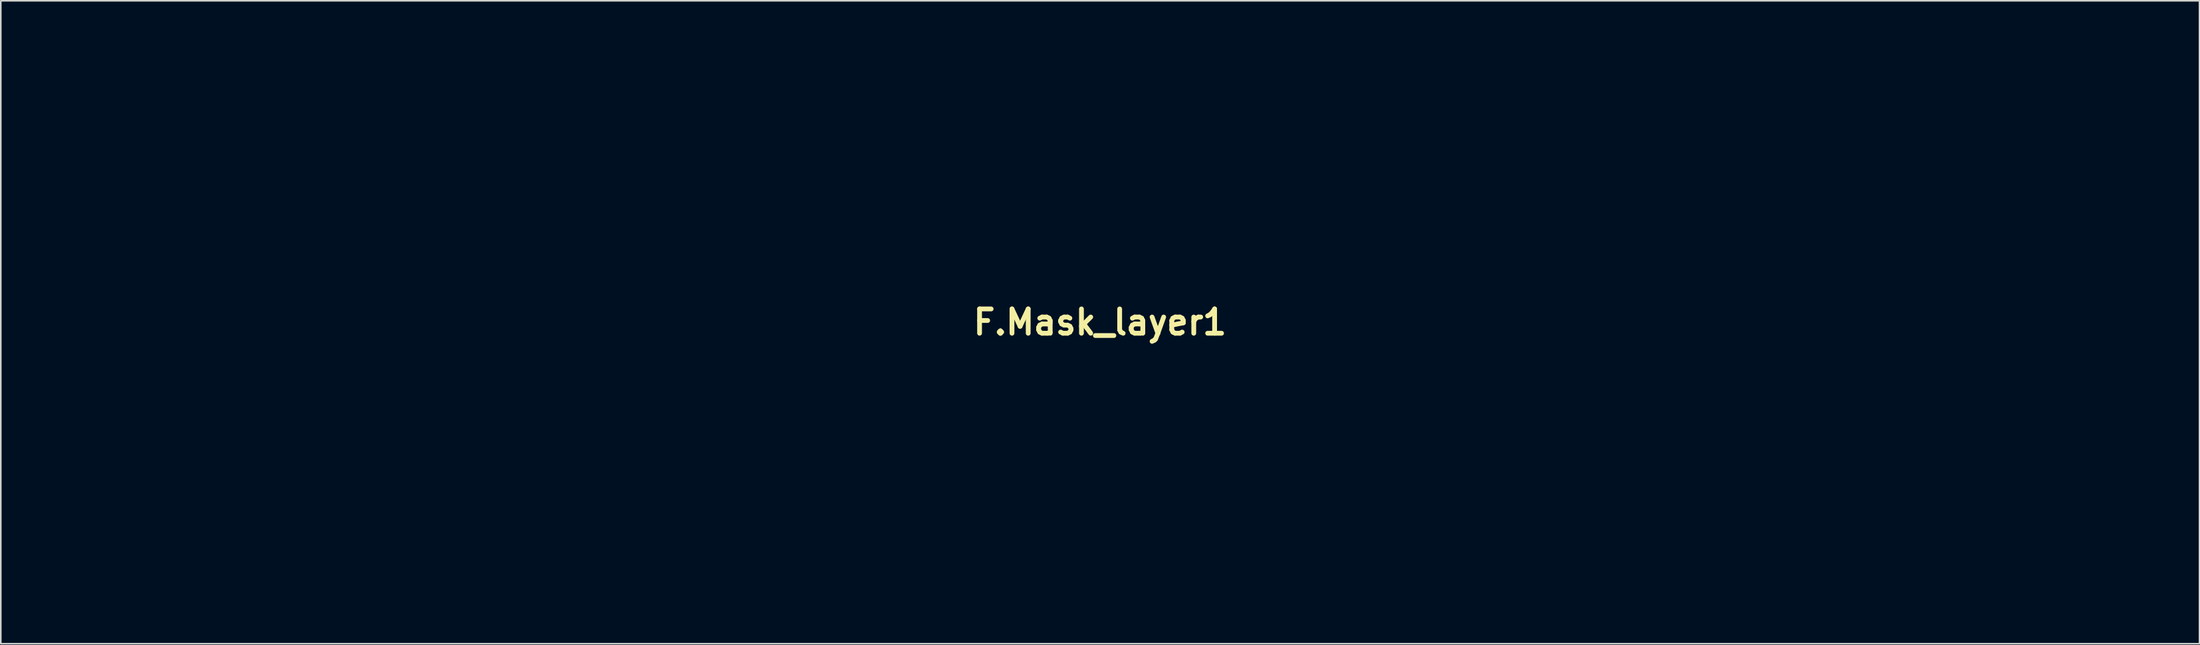
<source format=kicad_pcb>
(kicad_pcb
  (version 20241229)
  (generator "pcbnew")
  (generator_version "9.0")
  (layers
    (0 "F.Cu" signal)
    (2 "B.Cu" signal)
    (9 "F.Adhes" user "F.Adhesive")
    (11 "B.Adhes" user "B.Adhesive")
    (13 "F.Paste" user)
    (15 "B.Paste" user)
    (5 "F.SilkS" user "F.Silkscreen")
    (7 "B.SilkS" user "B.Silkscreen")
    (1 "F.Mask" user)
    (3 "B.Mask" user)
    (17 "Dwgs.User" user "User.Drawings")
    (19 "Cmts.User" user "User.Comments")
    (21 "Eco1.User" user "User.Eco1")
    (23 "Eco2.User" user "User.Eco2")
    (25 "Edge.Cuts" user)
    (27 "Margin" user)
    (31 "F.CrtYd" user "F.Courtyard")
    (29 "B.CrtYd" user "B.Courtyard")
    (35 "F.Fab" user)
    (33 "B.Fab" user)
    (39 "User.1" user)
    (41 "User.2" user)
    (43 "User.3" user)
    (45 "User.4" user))
  (footprint "F.Mask_layer1"
    (layer "F.Cu")
    (at 65.897 17.16)
    (property "Reference" "F.Mask_layer1" (at 0 0 0) (layer "F.SilkS") (effects (font (size 1.524 1.524) (thickness 0.3))))
    (attr through_hole)
    (fp_poly (pts (xy -35.473 -14.08) (xy -35.274 -14.052) (xy -35.153 -14.026) (xy -34.863 -13.93) (xy -34.592 -13.797) (xy -34.343 -13.631) (xy -34.118 -13.436) (xy -33.92 -13.212) (xy -33.752 -12.965) (xy -33.617 -12.696) (xy -33.517 -12.408) (xy -33.475 -12.229) (xy -33.458 -12.098) (xy -33.448 -11.94) (xy -33.445 -11.77) (xy -33.451 -11.603) (xy -33.463 -11.454) (xy -33.473 -11.388) (xy -33.547 -11.092) (xy -33.658 -10.813) (xy -33.804 -10.554) (xy -33.98 -10.317) (xy -34.185 -10.104) (xy -34.416 -9.92) (xy -34.67 -9.766) (xy -34.944 -9.644) (xy -35.235 -9.559) (xy -35.428 -9.524) (xy -35.599 -9.51) (xy -35.788 -9.508) (xy -35.979 -9.519) (xy -36.156 -9.541) (xy -36.259 -9.562) (xy -36.417 -9.601) (xy -37.507 -7.468) (xy -38.597 -5.335) (xy -46.08 -5.336) (xy -46.748 -5.336) (xy -47.376 -5.336) (xy -47.963 -5.336) (xy -48.513 -5.336) (xy -49.025 -5.336) (xy -49.501 -5.336) (xy -49.944 -5.336) (xy -50.353 -5.337) (xy -50.73 -5.337) (xy -51.077 -5.337) (xy -51.394 -5.338) (xy -51.684 -5.338) (xy -51.947 -5.339) (xy -52.185 -5.34) (xy -52.4 -5.34) (xy -52.591 -5.341) (xy -52.762 -5.342) (xy -52.912 -5.344) (xy -53.044 -5.345) (xy -53.159 -5.346) (xy -53.258 -5.348) (xy -53.342 -5.35) (xy -53.413 -5.352) (xy -53.472 -5.354) (xy -53.52 -5.356) (xy -53.559 -5.358) (xy -53.589 -5.361) (xy -53.613 -5.364) (xy -53.632 -5.367) (xy -53.647 -5.37) (xy -53.659 -5.374) (xy -53.669 -5.377) (xy -53.672 -5.379) (xy -53.806 -5.451) (xy -53.927 -5.556) (xy -54.028 -5.687) (xy -54.064 -5.753) (xy -54.098 -5.827) (xy -54.119 -5.887) (xy -54.13 -5.951) (xy -54.133 -6.033) (xy -54.134 -6.085) (xy -54.132 -6.183) (xy -54.126 -6.253) (xy -54.11 -6.314) (xy -54.083 -6.379) (xy -54.064 -6.418) (xy -53.966 -6.57) (xy -53.837 -6.695) (xy -53.704 -6.777) (xy -53.605 -6.826) (xy -46.575 -6.832) (xy -39.545 -6.837) (xy -38.882 -8.133) (xy -38.761 -8.37) (xy -38.639 -8.609) (xy -38.517 -8.847) (xy -38.399 -9.078) (xy -38.287 -9.297) (xy -38.183 -9.499) (xy -38.091 -9.68) (xy -38.012 -9.833) (xy -37.949 -9.955) (xy -37.94 -9.973) (xy -37.661 -10.516) (xy -37.785 -10.767) (xy -37.853 -10.914) (xy -37.913 -11.066) (xy -37.959 -11.203) (xy -37.966 -11.229) (xy -37.987 -11.313) (xy -38.003 -11.387) (xy -38.013 -11.461) (xy -38.019 -11.545) (xy -38.021 -11.65) (xy -38.022 -11.785) (xy -38.022 -11.8) (xy -36.502 -11.8) (xy -36.5 -11.699) (xy -36.492 -11.624) (xy -36.475 -11.56) (xy -36.447 -11.493) (xy -36.447 -11.493) (xy -36.359 -11.341) (xy -36.248 -11.221) (xy -36.108 -11.125) (xy -36.007 -11.076) (xy -35.874 -11.04) (xy -35.724 -11.03) (xy -35.571 -11.046) (xy -35.432 -11.088) (xy -35.411 -11.098) (xy -35.26 -11.191) (xy -35.14 -11.307) (xy -35.051 -11.442) (xy -34.993 -11.589) (xy -34.966 -11.744) (xy -34.97 -11.901) (xy -35.006 -12.054) (xy -35.072 -12.199) (xy -35.169 -12.329) (xy -35.298 -12.44) (xy -35.402 -12.501) (xy -35.466 -12.53) (xy -35.521 -12.548) (xy -35.582 -12.558) (xy -35.661 -12.562) (xy -35.74 -12.562) (xy -35.842 -12.561) (xy -35.914 -12.556) (xy -35.971 -12.544) (xy -36.026 -12.524) (xy -36.074 -12.5) (xy -36.208 -12.412) (xy -36.329 -12.292) (xy -36.424 -12.154) (xy -36.445 -12.112) (xy -36.474 -12.044) (xy -36.491 -11.981) (xy -36.5 -11.907) (xy -36.502 -11.808) (xy -36.502 -11.8) (xy -38.022 -11.8) (xy -38.022 -11.94) (xy -38.019 -12.047) (xy -38.013 -12.132) (xy -38.004 -12.206) (xy -37.989 -12.279) (xy -37.969 -12.361) (xy -37.967 -12.367) (xy -37.867 -12.665) (xy -37.732 -12.941) (xy -37.564 -13.195) (xy -37.367 -13.423) (xy -37.142 -13.622) (xy -36.892 -13.789) (xy -36.619 -13.923) (xy -36.47 -13.978) (xy -36.355 -14.013) (xy -36.232 -14.045) (xy -36.119 -14.069) (xy -36.07 -14.077) (xy -35.887 -14.093) (xy -35.683 -14.094) (xy -35.473 -14.08)) (stroke (width 0.01) (type solid)) (fill yes) (layer "F.Mask"))
    (fp_poly (pts (xy -46.501 4.556) (xy -46.005 4.556) (xy -45.515 4.556) (xy -45.034 4.557) (xy -44.566 4.557) (xy -44.113 4.558) (xy -43.678 4.559) (xy -43.264 4.56) (xy -42.874 4.56) (xy -42.511 4.562) (xy -42.179 4.563) (xy -41.879 4.564) (xy -41.614 4.565) (xy -41.389 4.567) (xy -41.341 4.567) (xy -39.301 4.583) (xy -38.245 6.953) (xy -38.096 7.286) (xy -37.943 7.631) (xy -37.786 7.982) (xy -37.629 8.335) (xy -37.472 8.687) (xy -37.319 9.031) (xy -37.17 9.364) (xy -37.029 9.682) (xy -36.896 9.978) (xy -36.775 10.25) (xy -36.667 10.493) (xy -36.574 10.701) (xy -36.574 10.702) (xy -35.96 12.08) (xy -35.75 12.094) (xy -35.431 12.134) (xy -35.128 12.213) (xy -34.845 12.329) (xy -34.582 12.481) (xy -34.341 12.67) (xy -34.123 12.893) (xy -34.072 12.955) (xy -33.9 13.202) (xy -33.765 13.467) (xy -33.665 13.745) (xy -33.602 14.032) (xy -33.575 14.324) (xy -33.585 14.616) (xy -33.631 14.905) (xy -33.713 15.186) (xy -33.833 15.456) (xy -33.989 15.709) (xy -34.016 15.746) (xy -34.221 15.987) (xy -34.45 16.195) (xy -34.702 16.369) (xy -34.973 16.507) (xy -35.261 16.607) (xy -35.433 16.646) (xy -35.557 16.663) (xy -35.707 16.673) (xy -35.871 16.677) (xy -36.034 16.674) (xy -36.183 16.664) (xy -36.304 16.647) (xy -36.309 16.646) (xy -36.609 16.566) (xy -36.89 16.449) (xy -37.151 16.299) (xy -37.387 16.117) (xy -37.598 15.907) (xy -37.78 15.671) (xy -37.93 15.413) (xy -38.047 15.133) (xy -38.127 14.836) (xy -38.143 14.748) (xy -38.159 14.594) (xy -38.163 14.415) (xy -38.159 14.321) (xy -36.642 14.321) (xy -36.641 14.477) (xy -36.608 14.63) (xy -36.544 14.775) (xy -36.448 14.906) (xy -36.32 15.019) (xy -36.215 15.082) (xy -36.049 15.145) (xy -35.88 15.166) (xy -35.707 15.146) (xy -35.588 15.11) (xy -35.49 15.059) (xy -35.386 14.984) (xy -35.29 14.894) (xy -35.215 14.803) (xy -35.21 14.794) (xy -35.136 14.64) (xy -35.1 14.475) (xy -35.102 14.306) (xy -35.139 14.141) (xy -35.212 13.986) (xy -35.32 13.848) (xy -35.326 13.842) (xy -35.448 13.738) (xy -35.574 13.669) (xy -35.715 13.632) (xy -35.867 13.621) (xy -35.968 13.623) (xy -36.042 13.63) (xy -36.105 13.647) (xy -36.171 13.674) (xy -36.178 13.677) (xy -36.333 13.771) (xy -36.457 13.887) (xy -36.55 14.021) (xy -36.612 14.167) (xy -36.642 14.321) (xy -38.159 14.321) (xy -38.156 14.226) (xy -38.139 14.04) (xy -38.112 13.872) (xy -38.091 13.784) (xy -37.99 13.491) (xy -37.854 13.221) (xy -37.683 12.973) (xy -37.54 12.809) (xy -37.38 12.642) (xy -38.817 9.416) (xy -38.974 9.065) (xy -39.126 8.724) (xy -39.272 8.395) (xy -39.413 8.08) (xy -39.546 7.782) (xy -39.671 7.501) (xy -39.787 7.241) (xy -39.893 7.003) (xy -39.989 6.789) (xy -40.072 6.602) (xy -40.143 6.443) (xy -40.2 6.314) (xy -40.243 6.219) (xy -40.27 6.157) (xy -40.281 6.133) (xy -40.308 6.075) (xy -45.972 6.072) (xy -46.472 6.072) (xy -46.968 6.072) (xy -47.457 6.071) (xy -47.938 6.071) (xy -48.408 6.07) (xy -48.865 6.069) (xy -49.307 6.069) (xy -49.732 6.068) (xy -50.137 6.067) (xy -50.521 6.066) (xy -50.881 6.065) (xy -51.215 6.064) (xy -51.521 6.063) (xy -51.797 6.062) (xy -52.041 6.06) (xy -52.25 6.059) (xy -52.423 6.058) (xy -52.556 6.057) (xy -52.62 6.056) (xy -52.85 6.053) (xy -53.041 6.05) (xy -53.198 6.047) (xy -53.324 6.044) (xy -53.424 6.041) (xy -53.501 6.037) (xy -53.56 6.033) (xy -53.604 6.027) (xy -53.637 6.02) (xy -53.664 6.011) (xy -53.688 6.001) (xy -53.704 5.993) (xy -53.858 5.894) (xy -53.983 5.766) (xy -54.064 5.635) (xy -54.098 5.561) (xy -54.119 5.5) (xy -54.13 5.437) (xy -54.133 5.354) (xy -54.134 5.303) (xy -54.132 5.201) (xy -54.124 5.127) (xy -54.108 5.064) (xy -54.08 4.996) (xy -54.077 4.992) (xy -53.989 4.846) (xy -53.875 4.722) (xy -53.742 4.63) (xy -53.724 4.62) (xy -53.605 4.561) (xy -48.493 4.557) (xy -48 4.556) (xy -47.502 4.556) (xy -47.001 4.556) (xy -46.501 4.556)) (stroke (width 0.01) (type solid)) (fill yes) (layer "F.Mask"))
    (fp_poly (pts (xy -32.401 -4.533) (xy -32.17 -4.499) (xy -31.962 -4.449) (xy -31.76 -4.376) (xy -31.612 -4.308) (xy -31.34 -4.155) (xy -31.101 -3.975) (xy -30.892 -3.766) (xy -30.711 -3.527) (xy -30.556 -3.255) (xy -30.553 -3.249) (xy -30.435 -2.962) (xy -30.358 -2.668) (xy -30.321 -2.371) (xy -30.322 -2.074) (xy -30.363 -1.782) (xy -30.441 -1.496) (xy -30.557 -1.223) (xy -30.709 -0.963) (xy -30.898 -0.722) (xy -31.015 -0.6) (xy -31.243 -0.403) (xy -31.484 -0.243) (xy -31.745 -0.118) (xy -31.99 -0.033) (xy -32.076 -0.012) (xy -32.185 0.009) (xy -32.305 0.028) (xy -32.425 0.045) (xy -32.534 0.056) (xy -32.62 0.061) (xy -32.66 0.061) (xy -32.696 0.057) (xy -32.76 0.051) (xy -32.841 0.043) (xy -32.851 0.042) (xy -33.149 -0.009) (xy -33.435 -0.097) (xy -33.707 -0.221) (xy -33.959 -0.378) (xy -34.189 -0.566) (xy -34.392 -0.781) (xy -34.565 -1.022) (xy -34.692 -1.257) (xy -34.729 -1.338) (xy -34.76 -1.409) (xy -34.78 -1.456) (xy -34.784 -1.466) (xy -34.786 -1.469) (xy -34.792 -1.472) (xy -34.802 -1.474) (xy -34.819 -1.477) (xy -34.842 -1.479) (xy -34.873 -1.481) (xy -34.913 -1.483) (xy -34.964 -1.485) (xy -35.026 -1.487) (xy -35.101 -1.489) (xy -35.19 -1.49) (xy -35.294 -1.492) (xy -35.414 -1.493) (xy -35.551 -1.494) (xy -35.707 -1.495) (xy -35.882 -1.496) (xy -36.079 -1.497) (xy -36.297 -1.498) (xy -36.538 -1.499) (xy -36.804 -1.499) (xy -37.095 -1.5) (xy -37.413 -1.501) (xy -37.758 -1.501) (xy -38.132 -1.501) (xy -38.537 -1.502) (xy -38.972 -1.502) (xy -39.44 -1.502) (xy -39.942 -1.502) (xy -40.478 -1.503) (xy -41.05 -1.503) (xy -41.659 -1.503) (xy -42.306 -1.503) (xy -42.993 -1.503) (xy -43.72 -1.503) (xy -44.173 -1.503) (xy -53.55 -1.503) (xy -53.667 -1.547) (xy -53.789 -1.61) (xy -53.907 -1.704) (xy -54.008 -1.816) (xy -54.075 -1.922) (xy -54.103 -1.984) (xy -54.12 -2.039) (xy -54.13 -2.101) (xy -54.133 -2.183) (xy -54.134 -2.251) (xy -33.394 -2.251) (xy -33.378 -2.089) (xy -33.327 -1.934) (xy -33.245 -1.793) (xy -33.134 -1.67) (xy -32.997 -1.571) (xy -32.835 -1.502) (xy -32.808 -1.494) (xy -32.7 -1.47) (xy -32.608 -1.464) (xy -32.511 -1.475) (xy -32.445 -1.489) (xy -32.281 -1.549) (xy -32.133 -1.645) (xy -32.008 -1.773) (xy -31.91 -1.927) (xy -31.902 -1.944) (xy -31.872 -2.015) (xy -31.855 -2.082) (xy -31.848 -2.162) (xy -31.846 -2.244) (xy -31.849 -2.344) (xy -31.859 -2.42) (xy -31.879 -2.489) (xy -31.906 -2.553) (xy -31.988 -2.689) (xy -32.102 -2.814) (xy -32.235 -2.915) (xy -32.311 -2.957) (xy -32.385 -2.988) (xy -32.453 -3.005) (xy -32.53 -3.014) (xy -32.618 -3.015) (xy -32.719 -3.013) (xy -32.794 -3.003) (xy -32.861 -2.984) (xy -32.919 -2.959) (xy -33.058 -2.875) (xy -33.184 -2.762) (xy -33.284 -2.633) (xy -33.314 -2.579) (xy -33.374 -2.417) (xy -33.394 -2.251) (xy -54.134 -2.251) (xy -54.134 -2.254) (xy -54.132 -2.357) (xy -54.127 -2.431) (xy -54.115 -2.489) (xy -54.094 -2.544) (xy -54.075 -2.586) (xy -53.998 -2.706) (xy -53.894 -2.816) (xy -53.775 -2.907) (xy -53.667 -2.962) (xy -53.55 -3.006) (xy -44.163 -3.006) (xy -43.393 -3.006) (xy -42.664 -3.006) (xy -41.975 -3.006) (xy -41.326 -3.006) (xy -40.714 -3.006) (xy -40.14 -3.006) (xy -39.602 -3.007) (xy -39.099 -3.007) (xy -38.629 -3.007) (xy -38.193 -3.008) (xy -37.789 -3.008) (xy -37.415 -3.009) (xy -37.072 -3.01) (xy -36.757 -3.01) (xy -36.47 -3.011) (xy -36.209 -3.012) (xy -35.974 -3.013) (xy -35.764 -3.014) (xy -35.577 -3.015) (xy -35.413 -3.017) (xy -35.271 -3.018) (xy -35.148 -3.02) (xy -35.046 -3.021) (xy -34.961 -3.023) (xy -34.894 -3.025) (xy -34.843 -3.026) (xy -34.807 -3.028) (xy -34.785 -3.031) (xy -34.777 -3.033) (xy -34.777 -3.033) (xy -34.767 -3.073) (xy -34.738 -3.139) (xy -34.697 -3.225) (xy -34.647 -3.32) (xy -34.593 -3.417) (xy -34.54 -3.507) (xy -34.501 -3.565) (xy -34.408 -3.685) (xy -34.291 -3.815) (xy -34.161 -3.943) (xy -34.03 -4.058) (xy -33.912 -4.148) (xy -33.654 -4.298) (xy -33.377 -4.413) (xy -33.09 -4.494) (xy -32.797 -4.537) (xy -32.505 -4.541) (xy -32.401 -4.533)) (stroke (width 0.01) (type solid)) (fill yes) (layer "F.Mask"))
    (fp_poly (pts (xy -45.036 0.763) (xy -36.714 0.763) (xy -35.709 2.95) (xy -34.704 5.138) (xy -26.364 5.13) (xy -25.784 5.129) (xy -25.168 5.128) (xy -24.518 5.128) (xy -23.835 5.127) (xy -23.119 5.127) (xy -22.371 5.126) (xy -21.593 5.125) (xy -20.785 5.125) (xy -19.949 5.124) (xy -19.085 5.123) (xy -18.194 5.123) (xy -17.278 5.122) (xy -16.337 5.121) (xy -15.372 5.12) (xy -14.384 5.12) (xy -13.375 5.119) (xy -12.344 5.118) (xy -11.294 5.117) (xy -10.224 5.116) (xy -9.137 5.116) (xy -8.032 5.115) (xy -6.912 5.114) (xy -5.776 5.113) (xy -4.626 5.112) (xy -3.464 5.112) (xy -2.288 5.111) (xy -1.102 5.11) (xy 0.094 5.109) (xy 1.3 5.108) (xy 2.515 5.108) (xy 3.736 5.107) (xy 4.964 5.106) (xy 6.197 5.105) (xy 7.435 5.104) (xy 8.677 5.104) (xy 9.921 5.103) (xy 11.166 5.102) (xy 12.412 5.101) (xy 13.658 5.1) (xy 14.902 5.1) (xy 16.144 5.099) (xy 17.383 5.098) (xy 18.617 5.097) (xy 19.847 5.096) (xy 21.07 5.096) (xy 22.286 5.095) (xy 23.494 5.094) (xy 24.693 5.094) (xy 25.881 5.093) (xy 27.059 5.092) (xy 28.225 5.091) (xy 29.378 5.091) (xy 30.517 5.09) (xy 31.641 5.089) (xy 32.749 5.089) (xy 33.841 5.088) (xy 34.914 5.088) (xy 35.969 5.087) (xy 37.005 5.087) (xy 38.019 5.086) (xy 39.012 5.085) (xy 39.982 5.085) (xy 40.929 5.084) (xy 41.851 5.084) (xy 42.748 5.084) (xy 43.618 5.083) (xy 44.461 5.083) (xy 45.276 5.082) (xy 46.061 5.082) (xy 46.815 5.082) (xy 47.539 5.081) (xy 48.23 5.081) (xy 48.888 5.081) (xy 49.511 5.081) (xy 50.1 5.08) (xy 50.652 5.08) (xy 51.168 5.08) (xy 51.645 5.08) (xy 52.083 5.08) (xy 52.481 5.08) (xy 52.838 5.08) (xy 52.972 5.08) (xy 61.505 5.08) (xy 61.54 4.987) (xy 61.567 4.93) (xy 61.611 4.85) (xy 61.665 4.76) (xy 61.7 4.707) (xy 61.888 4.46) (xy 62.105 4.242) (xy 62.349 4.056) (xy 62.617 3.904) (xy 62.906 3.786) (xy 63.172 3.714) (xy 63.32 3.692) (xy 63.494 3.679) (xy 63.678 3.677) (xy 63.859 3.686) (xy 64.019 3.704) (xy 64.072 3.714) (xy 64.375 3.798) (xy 64.66 3.918) (xy 64.922 4.071) (xy 65.159 4.257) (xy 65.369 4.471) (xy 65.55 4.713) (xy 65.699 4.979) (xy 65.814 5.268) (xy 65.841 5.359) (xy 65.872 5.502) (xy 65.895 5.672) (xy 65.908 5.857) (xy 65.913 6.042) (xy 65.907 6.215) (xy 65.892 6.346) (xy 65.824 6.641) (xy 65.717 6.922) (xy 65.574 7.186) (xy 65.398 7.43) (xy 65.193 7.649) (xy 64.96 7.841) (xy 64.702 8) (xy 64.591 8.055) (xy 64.369 8.143) (xy 64.13 8.209) (xy 63.885 8.253) (xy 63.648 8.271) (xy 63.429 8.263) (xy 63.426 8.263) (xy 63.105 8.208) (xy 62.808 8.119) (xy 62.533 7.995) (xy 62.277 7.834) (xy 62.251 7.815) (xy 62.039 7.635) (xy 61.847 7.429) (xy 61.681 7.204) (xy 61.549 6.969) (xy 61.509 6.88) (xy 61.439 6.71) (xy 56.591 6.71) (xy 56.363 6.71) (xy 56.095 6.71) (xy 55.786 6.71) (xy 55.437 6.71) (xy 55.049 6.71) (xy 54.623 6.71) (xy 54.16 6.711) (xy 53.661 6.711) (xy 53.126 6.711) (xy 52.556 6.711) (xy 51.953 6.712) (xy 51.317 6.712) (xy 50.648 6.712) (xy 49.949 6.713) (xy 49.219 6.713) (xy 48.459 6.714) (xy 47.671 6.714) (xy 46.856 6.715) (xy 46.013 6.715) (xy 45.144 6.716) (xy 44.25 6.716) (xy 43.331 6.717) (xy 42.389 6.717) (xy 41.425 6.718) (xy 40.438 6.719) (xy 39.431 6.719) (xy 38.403 6.72) (xy 37.357 6.721) (xy 36.292 6.721) (xy 35.209 6.722) (xy 34.11 6.723) (xy 32.994 6.723) (xy 31.864 6.724) (xy 30.72 6.725) (xy 29.563 6.726) (xy 28.393 6.726) (xy 27.211 6.727) (xy 26.019 6.728) (xy 24.817 6.729) (xy 23.606 6.73) (xy 22.387 6.731) (xy 21.161 6.731) (xy 19.928 6.732) (xy 18.69 6.733) (xy 17.447 6.734) (xy 16.2 6.735) (xy 14.951 6.736) (xy 13.699 6.737) (xy 12.446 6.737) (xy 11.192 6.738) (xy 9.939 6.739) (xy 8.687 6.74) (xy 7.437 6.741) (xy 6.19 6.742) (xy 4.947 6.743) (xy 3.709 6.744) (xy 2.477 6.745) (xy 1.25 6.746) (xy 0.031 6.746) (xy -1.179 6.747) (xy -2.381 6.748) (xy -3.573 6.749) (xy -4.755 6.75) (xy -5.924 6.751) (xy -7.082 6.752) (xy -8.226 6.753) (xy -9.356 6.754) (xy -10.471 6.754) (xy -11.57 6.755) (xy -12.652 6.756) (xy -13.717 6.757) (xy -14.764 6.758) (xy -15.791 6.759) (xy -16.798 6.759) (xy -17.784 6.76) (xy -18.749 6.761) (xy -19.69 6.762) (xy -20.609 6.763) (xy -20.722 6.763) (xy -35.761 6.775) (xy -36.109 6.016) (xy 62.849 6.016) (xy 62.876 6.176) (xy 62.936 6.326) (xy 63.025 6.462) (xy 63.143 6.579) (xy 63.287 6.67) (xy 63.452 6.73) (xy 63.565 6.745) (xy 63.696 6.74) (xy 63.827 6.717) (xy 63.934 6.681) (xy 64.082 6.592) (xy 64.206 6.474) (xy 64.303 6.336) (xy 64.368 6.182) (xy 64.399 6.019) (xy 64.391 5.855) (xy 64.39 5.847) (xy 64.339 5.681) (xy 64.255 5.528) (xy 64.142 5.398) (xy 64.007 5.296) (xy 63.907 5.247) (xy 63.758 5.207) (xy 63.599 5.196) (xy 63.446 5.214) (xy 63.326 5.254) (xy 63.186 5.331) (xy 63.076 5.42) (xy 62.984 5.533) (xy 62.982 5.535) (xy 62.9 5.69) (xy 62.856 5.853) (xy 62.849 6.016) (xy -36.109 6.016) (xy -36.767 4.584) (xy -37.772 2.392) (xy -45.657 2.387) (xy -53.541 2.381) (xy -53.66 2.323) (xy -53.776 2.248) (xy -53.889 2.145) (xy -53.988 2.025) (xy -54.055 1.91) (xy -54.083 1.844) (xy -54.1 1.784) (xy -54.109 1.714) (xy -54.112 1.621) (xy -54.112 1.587) (xy -54.111 1.488) (xy -54.105 1.415) (xy -54.091 1.355) (xy -54.067 1.291) (xy -54.045 1.245) (xy -53.947 1.083) (xy -53.821 0.952) (xy -53.669 0.854) (xy -53.495 0.791) (xy -53.471 0.786) (xy -53.448 0.784) (xy -53.4 0.782) (xy -53.327 0.78) (xy -53.226 0.778) (xy -53.099 0.776) (xy -52.943 0.774) (xy -52.758 0.773) (xy -52.543 0.772) (xy -52.298 0.77) (xy -52.022 0.769) (xy -51.714 0.768) (xy -51.372 0.767) (xy -50.998 0.766) (xy -50.589 0.766) (xy -50.144 0.765) (xy -49.664 0.764) (xy -49.147 0.764) (xy -48.593 0.763) (xy -48 0.763) (xy -47.368 0.763) (xy -46.697 0.763) (xy -45.985 0.763) (xy -45.231 0.763) (xy -45.036 0.763)) (stroke (width 0.01) (type solid)) (fill yes) (layer "F.Mask"))
    (fp_poly (pts (xy -48.43 -17.152) (xy -48.155 -17.147) (xy -47.889 -17.139) (xy -47.637 -17.129) (xy -47.402 -17.117) (xy -47.19 -17.102) (xy -47.006 -17.084) (xy -46.853 -17.064) (xy -46.776 -17.05) (xy -46.608 -17.002) (xy -46.468 -16.929) (xy -46.348 -16.826) (xy -46.243 -16.689) (xy -46.18 -16.579) (xy -46.133 -16.484) (xy -46.089 -16.38) (xy -46.046 -16.263) (xy -46.002 -16.126) (xy -45.955 -15.963) (xy -45.904 -15.771) (xy -45.848 -15.55) (xy -45.785 -15.3) (xy -45.726 -15.088) (xy -45.67 -14.907) (xy -45.616 -14.754) (xy -45.56 -14.624) (xy -45.501 -14.51) (xy -45.438 -14.41) (xy -45.367 -14.317) (xy -45.306 -14.249) (xy -45.26 -14.2) (xy -45.217 -14.157) (xy -45.172 -14.119) (xy -45.121 -14.082) (xy -45.062 -14.047) (xy -44.99 -14.01) (xy -44.903 -13.97) (xy -44.795 -13.927) (xy -44.664 -13.877) (xy -44.505 -13.819) (xy -44.316 -13.752) (xy -44.092 -13.673) (xy -43.972 -13.631) (xy -43.684 -13.53) (xy -43.422 -13.436) (xy -43.189 -13.35) (xy -42.986 -13.273) (xy -42.815 -13.205) (xy -42.678 -13.148) (xy -42.575 -13.102) (xy -42.509 -13.067) (xy -42.482 -13.044) (xy -42.481 -13.041) (xy -42.49 -13.02) (xy -42.515 -12.965) (xy -42.555 -12.88) (xy -42.607 -12.768) (xy -42.669 -12.634) (xy -42.741 -12.481) (xy -42.819 -12.313) (xy -42.903 -12.135) (xy -42.99 -11.95) (xy -43.078 -11.762) (xy -43.166 -11.575) (xy -43.252 -11.393) (xy -43.334 -11.22) (xy -43.409 -11.06) (xy -43.477 -10.917) (xy -43.535 -10.795) (xy -43.582 -10.697) (xy -43.615 -10.628) (xy -43.634 -10.591) (xy -43.635 -10.589) (xy -43.654 -10.596) (xy -43.706 -10.617) (xy -43.786 -10.65) (xy -43.888 -10.693) (xy -44.006 -10.743) (xy -44.049 -10.761) (xy -44.648 -11.001) (xy -45.248 -11.204) (xy -45.856 -11.374) (xy -46.477 -11.512) (xy -47.118 -11.62) (xy -47.678 -11.688) (xy -47.812 -11.698) (xy -47.981 -11.706) (xy -48.177 -11.712) (xy -48.392 -11.715) (xy -48.618 -11.716) (xy -48.849 -11.715) (xy -49.075 -11.711) (xy -49.29 -11.705) (xy -49.485 -11.698) (xy -49.653 -11.688) (xy -49.773 -11.677) (xy -50.507 -11.579) (xy -51.217 -11.445) (xy -51.906 -11.275) (xy -52.575 -11.068) (xy -53.223 -10.825) (xy -53.851 -10.545) (xy -54.461 -10.228) (xy -55.052 -9.873) (xy -55.627 -9.48) (xy -56.184 -9.048) (xy -56.388 -8.878) (xy -56.514 -8.766) (xy -56.66 -8.631) (xy -56.818 -8.478) (xy -56.983 -8.316) (xy -57.147 -8.15) (xy -57.303 -7.989) (xy -57.443 -7.838) (xy -57.562 -7.706) (xy -57.599 -7.662) (xy -58.037 -7.115) (xy -58.438 -6.552) (xy -58.8 -5.975) (xy -59.123 -5.387) (xy -59.406 -4.789) (xy -59.433 -4.726) (xy -59.646 -4.196) (xy -59.829 -3.669) (xy -59.984 -3.138) (xy -60.114 -2.595) (xy -60.22 -2.032) (xy -60.304 -1.442) (xy -60.329 -1.217) (xy -60.338 -1.116) (xy -60.344 -0.979) (xy -60.349 -0.814) (xy -60.353 -0.625) (xy -60.356 -0.422) (xy -60.357 -0.209) (xy -60.357 0.007) (xy -60.355 0.218) (xy -60.352 0.419) (xy -60.348 0.602) (xy -60.343 0.761) (xy -60.336 0.89) (xy -60.329 0.963) (xy -60.264 1.493) (xy -60.185 1.991) (xy -60.091 2.468) (xy -59.979 2.933) (xy -59.847 3.397) (xy -59.709 3.822) (xy -59.464 4.477) (xy -59.182 5.113) (xy -58.866 5.728) (xy -58.517 6.322) (xy -58.135 6.892) (xy -57.723 7.437) (xy -57.281 7.955) (xy -56.811 8.446) (xy -56.313 8.907) (xy -55.79 9.338) (xy -55.243 9.736) (xy -54.673 10.1) (xy -54.08 10.429) (xy -53.88 10.53) (xy -53.262 10.81) (xy -52.623 11.055) (xy -51.965 11.265) (xy -51.293 11.438) (xy -50.612 11.573) (xy -49.924 11.67) (xy -49.895 11.673) (xy -49.238 11.723) (xy -48.572 11.733) (xy -47.902 11.704) (xy -47.23 11.637) (xy -46.559 11.53) (xy -45.894 11.387) (xy -45.238 11.206) (xy -44.595 10.988) (xy -43.967 10.735) (xy -43.826 10.672) (xy -43.735 10.632) (xy -43.658 10.601) (xy -43.603 10.583) (xy -43.578 10.58) (xy -43.578 10.58) (xy -43.566 10.601) (xy -43.539 10.656) (xy -43.496 10.741) (xy -43.442 10.852) (xy -43.377 10.985) (xy -43.303 11.136) (xy -43.222 11.301) (xy -43.137 11.476) (xy -43.049 11.657) (xy -42.961 11.84) (xy -42.873 12.021) (xy -42.789 12.196) (xy -42.71 12.36) (xy -42.638 12.511) (xy -42.574 12.643) (xy -42.522 12.753) (xy -42.483 12.836) (xy -42.479 12.844) (xy -42.397 13.02) (xy -42.572 13.101) (xy -42.725 13.168) (xy -42.92 13.247) (xy -43.154 13.337) (xy -43.429 13.438) (xy -43.743 13.55) (xy -43.972 13.631) (xy -44.217 13.716) (xy -44.426 13.79) (xy -44.602 13.855) (xy -44.75 13.911) (xy -44.872 13.961) (xy -44.973 14.006) (xy -45.057 14.049) (xy -45.126 14.091) (xy -45.186 14.134) (xy -45.24 14.18) (xy -45.291 14.23) (xy -45.335 14.276) (xy -45.408 14.363) (xy -45.474 14.454) (xy -45.534 14.555) (xy -45.589 14.67) (xy -45.643 14.805) (xy -45.697 14.965) (xy -45.753 15.154) (xy -45.813 15.377) (xy -45.845 15.5) (xy -45.895 15.695) (xy -45.937 15.855) (xy -45.974 15.986) (xy -46.006 16.094) (xy -46.037 16.186) (xy -46.068 16.268) (xy -46.102 16.346) (xy -46.139 16.426) (xy -46.149 16.446) (xy -46.248 16.612) (xy -46.369 16.761) (xy -46.506 16.884) (xy -46.649 16.973) (xy -46.652 16.974) (xy -46.731 17.009) (xy -46.816 17.038) (xy -46.911 17.063) (xy -47.019 17.085) (xy -47.143 17.103) (xy -47.287 17.118) (xy -47.455 17.13) (xy -47.649 17.139) (xy -47.874 17.146) (xy -48.133 17.151) (xy -48.429 17.155) (xy -48.578 17.156) (xy -48.913 17.157) (xy -49.209 17.156) (xy -49.467 17.153) (xy -49.689 17.147) (xy -49.878 17.138) (xy -49.943 17.134) (xy -50.169 17.118) (xy -50.357 17.101) (xy -50.513 17.083) (xy -50.64 17.063) (xy -50.744 17.039) (xy -50.83 17.01) (xy -50.901 16.975) (xy -50.963 16.933) (xy -51.021 16.882) (xy -51.044 16.86) (xy -51.115 16.779) (xy -51.18 16.686) (xy -51.241 16.578) (xy -51.3 16.449) (xy -51.358 16.296) (xy -51.416 16.115) (xy -51.478 15.901) (xy -51.543 15.651) (xy -51.561 15.578) (xy -51.614 15.367) (xy -51.66 15.192) (xy -51.702 15.046) (xy -51.74 14.923) (xy -51.777 14.818) (xy -51.815 14.723) (xy -51.856 14.633) (xy -51.891 14.563) (xy -51.995 14.387) (xy -52.111 14.242) (xy -52.245 14.123) (xy -52.407 14.022) (xy -52.602 13.933) (xy -52.619 13.926) (xy -52.691 13.899) (xy -52.797 13.861) (xy -52.928 13.814) (xy -53.077 13.761) (xy -53.238 13.704) (xy -53.404 13.646) (xy -53.446 13.632) (xy -53.73 13.532) (xy -53.979 13.444) (xy -54.198 13.363) (xy -54.392 13.289) (xy -54.565 13.219) (xy -54.724 13.151) (xy -54.874 13.082) (xy -55.019 13.011) (xy -55.164 12.936) (xy -55.315 12.853) (xy -55.384 12.815) (xy -55.592 12.702) (xy -55.772 12.614) (xy -55.93 12.549) (xy -56.072 12.505) (xy -56.203 12.479) (xy -56.33 12.472) (xy -56.41 12.475) (xy -56.53 12.488) (xy -56.649 12.513) (xy -56.774 12.55) (xy -56.907 12.603) (xy -57.055 12.672) (xy -57.222 12.761) (xy -57.412 12.871) (xy -57.63 13.004) (xy -57.669 13.028) (xy -57.929 13.185) (xy -58.161 13.315) (xy -58.37 13.417) (xy -58.56 13.492) (xy -58.735 13.54) (xy -58.898 13.562) (xy -59.054 13.557) (xy -59.206 13.527) (xy -59.36 13.472) (xy -59.518 13.392) (xy -59.684 13.288) (xy -59.757 13.238) (xy -59.805 13.199) (xy -59.88 13.134) (xy -59.977 13.045) (xy -60.093 12.936) (xy -60.226 12.811) (xy -60.371 12.672) (xy -60.524 12.523) (xy -60.684 12.368) (xy -60.845 12.209) (xy -61.005 12.051) (xy -61.16 11.897) (xy -61.307 11.749) (xy -61.443 11.612) (xy -61.563 11.489) (xy -61.664 11.383) (xy -61.744 11.297) (xy -61.794 11.239) (xy -61.961 11.025) (xy -62.09 10.827) (xy -62.184 10.64) (xy -62.242 10.464) (xy -62.267 10.295) (xy -62.264 10.166) (xy -62.248 10.054) (xy -62.222 9.941) (xy -62.184 9.823) (xy -62.133 9.695) (xy -62.065 9.551) (xy -61.979 9.388) (xy -61.872 9.201) (xy -61.743 8.984) (xy -61.731 8.964) (xy -61.596 8.737) (xy -61.483 8.539) (xy -61.392 8.366) (xy -61.321 8.214) (xy -61.267 8.078) (xy -61.23 7.954) (xy -61.207 7.836) (xy -61.196 7.72) (xy -61.197 7.603) (xy -61.198 7.589) (xy -61.2 7.54) (xy -61.204 7.495) (xy -61.21 7.45) (xy -61.219 7.404) (xy -61.232 7.352) (xy -61.252 7.292) (xy -61.278 7.222) (xy -61.312 7.137) (xy -61.356 7.036) (xy -61.41 6.915) (xy -61.476 6.771) (xy -61.555 6.601) (xy -61.648 6.403) (xy -61.756 6.173) (xy -61.881 5.909) (xy -61.92 5.825) (xy -62.077 5.485) (xy -62.208 5.178) (xy -62.315 4.906) (xy -62.396 4.667) (xy -62.419 4.588) (xy -62.455 4.462) (xy -62.496 4.319) (xy -62.534 4.183) (xy -62.549 4.133) (xy -62.625 3.901) (xy -62.712 3.706) (xy -62.813 3.543) (xy -62.932 3.408) (xy -63.072 3.296) (xy -63.196 3.222) (xy -63.289 3.177) (xy -63.388 3.134) (xy -63.499 3.093) (xy -63.628 3.051) (xy -63.78 3.006) (xy -63.962 2.956) (xy -64.177 2.9) (xy -64.437 2.833) (xy -64.658 2.771) (xy -64.847 2.712) (xy -65.007 2.656) (xy -65.143 2.599) (xy -65.259 2.541) (xy -65.36 2.48) (xy -65.449 2.413) (xy -65.508 2.362) (xy -65.602 2.258) (xy -65.683 2.138) (xy -65.735 2.027) (xy -65.754 1.958) (xy -65.775 1.853) (xy -65.796 1.72) (xy -65.818 1.566) (xy -65.839 1.398) (xy -65.857 1.222) (xy -65.872 1.052) (xy -65.882 0.889) (xy -65.889 0.7) (xy -65.892 0.488) (xy -65.892 0.26) (xy -65.89 0.019) (xy -65.885 -0.229) (xy -65.877 -0.48) (xy -65.867 -0.729) (xy -65.856 -0.971) (xy -65.842 -1.201) (xy -65.827 -1.415) (xy -65.81 -1.606) (xy -65.792 -1.772) (xy -65.773 -1.906) (xy -65.753 -2.005) (xy -65.747 -2.028) (xy -65.685 -2.177) (xy -65.596 -2.301) (xy -65.475 -2.41) (xy -65.425 -2.445) (xy -65.308 -2.517) (xy -65.178 -2.581) (xy -65.031 -2.64) (xy -64.859 -2.697) (xy -64.656 -2.754) (xy -64.484 -2.797) (xy -64.236 -2.858) (xy -64.026 -2.911) (xy -63.847 -2.958) (xy -63.697 -3) (xy -63.57 -3.04) (xy -63.462 -3.078) (xy -63.368 -3.117) (xy -63.285 -3.157) (xy -63.207 -3.2) (xy -63.13 -3.248) (xy -63.106 -3.264) (xy -63.021 -3.326) (xy -62.938 -3.395) (xy -62.872 -3.458) (xy -62.864 -3.467) (xy -62.783 -3.578) (xy -62.702 -3.723) (xy -62.625 -3.896) (xy -62.556 -4.089) (xy -62.515 -4.223) (xy -62.463 -4.409) (xy -62.416 -4.574) (xy -62.37 -4.722) (xy -62.325 -4.859) (xy -62.277 -4.992) (xy -62.224 -5.127) (xy -62.165 -5.269) (xy -62.095 -5.425) (xy -62.014 -5.6) (xy -61.919 -5.8) (xy -61.807 -6.032) (xy -61.796 -6.054) (xy -61.665 -6.326) (xy -61.552 -6.565) (xy -61.457 -6.773) (xy -61.378 -6.954) (xy -61.315 -7.11) (xy -61.265 -7.246) (xy -61.229 -7.364) (xy -61.204 -7.468) (xy -61.19 -7.562) (xy -61.185 -7.648) (xy -61.189 -7.73) (xy -61.194 -7.779) (xy -61.213 -7.886) (xy -61.24 -7.992) (xy -61.278 -8.102) (xy -61.329 -8.22) (xy -61.395 -8.351) (xy -61.479 -8.5) (xy -61.582 -8.673) (xy -61.708 -8.874) (xy -61.732 -8.911) (xy -61.841 -9.083) (xy -61.93 -9.225) (xy -62.001 -9.344) (xy -62.058 -9.446) (xy -62.105 -9.536) (xy -62.144 -9.621) (xy -62.18 -9.706) (xy -62.193 -9.74) (xy -62.222 -9.821) (xy -62.241 -9.887) (xy -62.253 -9.953) (xy -62.258 -10.031) (xy -62.26 -10.135) (xy -62.26 -10.171) (xy -62.26 -10.287) (xy -62.255 -10.372) (xy -62.246 -10.439) (xy -62.23 -10.497) (xy -62.212 -10.547) (xy -62.148 -10.679) (xy -62.057 -10.825) (xy -61.936 -10.988) (xy -61.782 -11.171) (xy -61.729 -11.231) (xy -61.541 -11.441) (xy -61.378 -11.622) (xy -61.237 -11.778) (xy -61.115 -11.912) (xy -61.01 -12.028) (xy -60.918 -12.127) (xy -60.837 -12.214) (xy -60.763 -12.291) (xy -60.694 -12.362) (xy -60.627 -12.43) (xy -60.559 -12.499) (xy -60.544 -12.513) (xy -60.365 -12.687) (xy -60.207 -12.834) (xy -60.06 -12.962) (xy -59.918 -13.075) (xy -59.773 -13.182) (xy -59.641 -13.273) (xy -59.504 -13.362) (xy -59.391 -13.428) (xy -59.295 -13.476) (xy -59.206 -13.507) (xy -59.116 -13.525) (xy -59.016 -13.534) (xy -58.917 -13.535) (xy -58.796 -13.534) (xy -58.702 -13.526) (xy -58.621 -13.512) (xy -58.538 -13.488) (xy -58.536 -13.487) (xy -58.415 -13.443) (xy -58.283 -13.385) (xy -58.134 -13.312) (xy -57.964 -13.221) (xy -57.769 -13.109) (xy -57.594 -13.006) (xy -57.351 -12.862) (xy -57.137 -12.743) (xy -56.949 -12.647) (xy -56.782 -12.573) (xy -56.634 -12.52) (xy -56.499 -12.485) (xy -56.375 -12.469) (xy -56.256 -12.47) (xy -56.14 -12.486) (xy -56.08 -12.5) (xy -55.993 -12.526) (xy -55.899 -12.561) (xy -55.792 -12.609) (xy -55.666 -12.672) (xy -55.515 -12.753) (xy -55.379 -12.829) (xy -55.245 -12.904) (xy -55.113 -12.973) (xy -54.979 -13.039) (xy -54.839 -13.104) (xy -54.687 -13.17) (xy -54.52 -13.238) (xy -54.333 -13.311) (xy -54.121 -13.389) (xy -53.879 -13.477) (xy -53.603 -13.574) (xy -53.499 -13.611) (xy -53.249 -13.698) (xy -53.035 -13.774) (xy -52.854 -13.839) (xy -52.703 -13.895) (xy -52.577 -13.945) (xy -52.474 -13.989) (xy -52.389 -14.029) (xy -52.32 -14.067) (xy -52.262 -14.104) (xy -52.211 -14.143) (xy -52.165 -14.184) (xy -52.12 -14.23) (xy -52.1 -14.251) (xy -52.018 -14.348) (xy -51.944 -14.456) (xy -51.877 -14.579) (xy -51.815 -14.721) (xy -51.756 -14.888) (xy -51.697 -15.085) (xy -51.637 -15.316) (xy -51.595 -15.494) (xy -51.533 -15.755) (xy -51.475 -15.979) (xy -51.419 -16.169) (xy -51.364 -16.331) (xy -51.307 -16.469) (xy -51.247 -16.587) (xy -51.181 -16.69) (xy -51.109 -16.782) (xy -51.04 -16.856) (xy -50.956 -16.929) (xy -50.862 -16.985) (xy -50.746 -17.03) (xy -50.639 -17.061) (xy -50.531 -17.082) (xy -50.387 -17.1) (xy -50.209 -17.116) (xy -50.002 -17.129) (xy -49.773 -17.139) (xy -49.524 -17.147) (xy -49.26 -17.152) (xy -48.987 -17.155) (xy -48.709 -17.155) (xy -48.43 -17.152)) (stroke (width 0.01) (type solid)) (fill yes) (layer "F.Mask")))
  (gr_rect
    (start -3 -3)
    (end 134.815 37.322)
    (stroke (width 0.1) (type default))
    (fill no)
    (layer "Edge.Cuts")))
</source>
